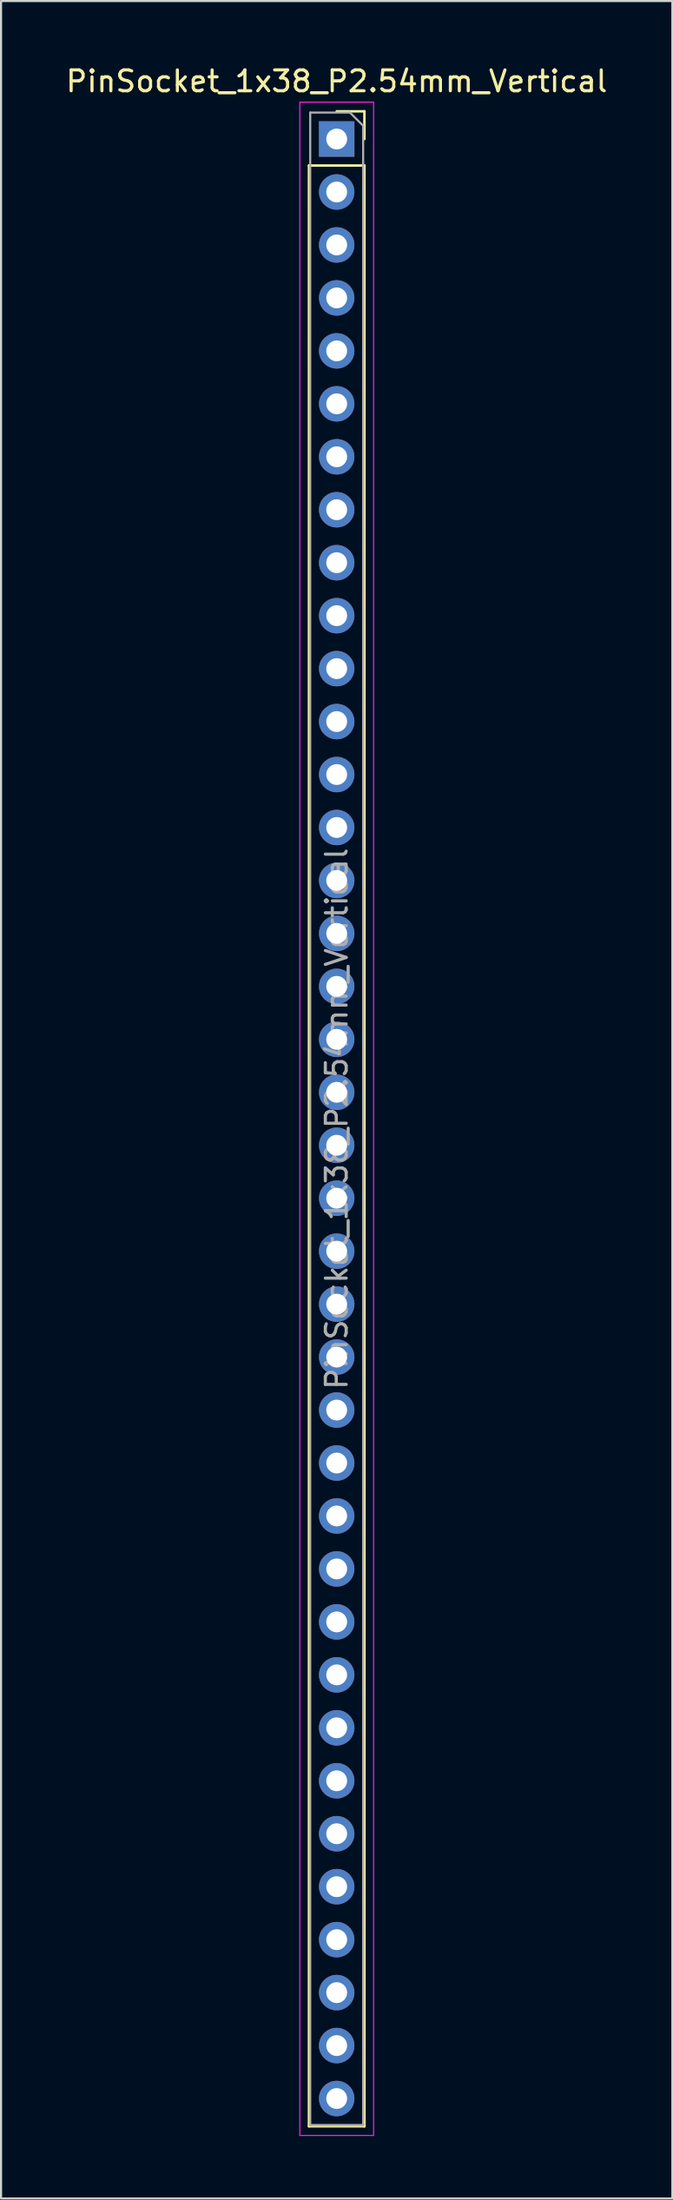
<source format=kicad_pcb>
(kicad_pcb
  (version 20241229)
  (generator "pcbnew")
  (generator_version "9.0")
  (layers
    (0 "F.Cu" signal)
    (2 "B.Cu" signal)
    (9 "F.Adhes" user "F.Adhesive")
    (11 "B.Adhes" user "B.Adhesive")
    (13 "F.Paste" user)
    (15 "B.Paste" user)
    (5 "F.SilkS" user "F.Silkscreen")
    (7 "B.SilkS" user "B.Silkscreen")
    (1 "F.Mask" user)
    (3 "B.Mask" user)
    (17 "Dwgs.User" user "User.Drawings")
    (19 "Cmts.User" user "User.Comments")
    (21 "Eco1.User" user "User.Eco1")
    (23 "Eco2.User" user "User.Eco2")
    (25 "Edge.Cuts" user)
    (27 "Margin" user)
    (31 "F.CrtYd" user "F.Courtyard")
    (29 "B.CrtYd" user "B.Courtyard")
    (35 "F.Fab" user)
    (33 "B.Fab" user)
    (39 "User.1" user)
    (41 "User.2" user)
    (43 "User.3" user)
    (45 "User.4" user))
  (footprint "PinSocket_1x38_P2.54mm_Vertical"
    (layer "F.Cu")
    (at 13.101 3.618)
    (property "Reference" "PinSocket_1x38_P2.54mm_Vertical" (at 0 -2.77 0) (layer "F.SilkS") (effects (font (size 1 1) (thickness 0.15))))
    (attr through_hole)
    (fp_line (start -1.33 1.27) (end -1.33 95.31) (stroke (width 0.12) (type solid)) (layer "F.SilkS"))
    (fp_line (start -1.33 1.27) (end 1.33 1.27) (stroke (width 0.12) (type solid)) (layer "F.SilkS"))
    (fp_line (start -1.33 95.31) (end 1.33 95.31) (stroke (width 0.12) (type solid)) (layer "F.SilkS"))
    (fp_line (start 0 -1.33) (end 1.33 -1.33) (stroke (width 0.12) (type solid)) (layer "F.SilkS"))
    (fp_line (start 1.33 -1.33) (end 1.33 0) (stroke (width 0.12) (type solid)) (layer "F.SilkS"))
    (fp_line (start 1.33 1.27) (end 1.33 95.31) (stroke (width 0.12) (type solid)) (layer "F.SilkS"))
    (fp_line (start -1.77 -1.77) (end 1.77 -1.77) (stroke (width 0.05) (type solid)) (layer "F.CrtYd"))
    (fp_line (start -1.77 95.75) (end -1.77 -1.77) (stroke (width 0.05) (type solid)) (layer "F.CrtYd"))
    (fp_line (start 1.77 -1.77) (end 1.77 95.75) (stroke (width 0.05) (type solid)) (layer "F.CrtYd"))
    (fp_line (start 1.77 95.75) (end -1.77 95.75) (stroke (width 0.05) (type solid)) (layer "F.CrtYd"))
    (fp_line (start -1.27 -1.27) (end 0.635 -1.27) (stroke (width 0.1) (type solid)) (layer "F.Fab"))
    (fp_line (start -1.27 95.25) (end -1.27 -1.27) (stroke (width 0.1) (type solid)) (layer "F.Fab"))
    (fp_line (start 0.635 -1.27) (end 1.27 -0.635) (stroke (width 0.1) (type solid)) (layer "F.Fab"))
    (fp_line (start 1.27 -0.635) (end 1.27 95.25) (stroke (width 0.1) (type solid)) (layer "F.Fab"))
    (fp_line (start 1.27 95.25) (end -1.27 95.25) (stroke (width 0.1) (type solid)) (layer "F.Fab"))
    (fp_text user "${REFERENCE}" (at 0 46.99 90) (layer "F.Fab") (effects (font (size 1 1) (thickness 0.15))))
    (pad "1" thru_hole rect (at 0 0) (size 1.7 1.7) (drill 1) (layers "*.Cu" "*.Mask"))
    (pad "2" thru_hole circle (at 0 2.54) (size 1.7 1.7) (drill 1) (layers "*.Cu" "*.Mask"))
    (pad "3" thru_hole circle (at 0 5.08) (size 1.7 1.7) (drill 1) (layers "*.Cu" "*.Mask"))
    (pad "4" thru_hole circle (at 0 7.62) (size 1.7 1.7) (drill 1) (layers "*.Cu" "*.Mask"))
    (pad "5" thru_hole circle (at 0 10.16) (size 1.7 1.7) (drill 1) (layers "*.Cu" "*.Mask"))
    (pad "6" thru_hole circle (at 0 12.7) (size 1.7 1.7) (drill 1) (layers "*.Cu" "*.Mask"))
    (pad "7" thru_hole circle (at 0 15.24) (size 1.7 1.7) (drill 1) (layers "*.Cu" "*.Mask"))
    (pad "8" thru_hole circle (at 0 17.78) (size 1.7 1.7) (drill 1) (layers "*.Cu" "*.Mask"))
    (pad "9" thru_hole circle (at 0 20.32) (size 1.7 1.7) (drill 1) (layers "*.Cu" "*.Mask"))
    (pad "10" thru_hole circle (at 0 22.86) (size 1.7 1.7) (drill 1) (layers "*.Cu" "*.Mask"))
    (pad "11" thru_hole circle (at 0 25.4) (size 1.7 1.7) (drill 1) (layers "*.Cu" "*.Mask"))
    (pad "12" thru_hole circle (at 0 27.94) (size 1.7 1.7) (drill 1) (layers "*.Cu" "*.Mask"))
    (pad "13" thru_hole circle (at 0 30.48) (size 1.7 1.7) (drill 1) (layers "*.Cu" "*.Mask"))
    (pad "14" thru_hole circle (at 0 33.02) (size 1.7 1.7) (drill 1) (layers "*.Cu" "*.Mask"))
    (pad "15" thru_hole circle (at 0 35.56) (size 1.7 1.7) (drill 1) (layers "*.Cu" "*.Mask"))
    (pad "16" thru_hole circle (at 0 38.1) (size 1.7 1.7) (drill 1) (layers "*.Cu" "*.Mask"))
    (pad "17" thru_hole circle (at 0 40.64) (size 1.7 1.7) (drill 1) (layers "*.Cu" "*.Mask"))
    (pad "18" thru_hole circle (at 0 43.18) (size 1.7 1.7) (drill 1) (layers "*.Cu" "*.Mask"))
    (pad "19" thru_hole circle (at 0 45.72) (size 1.7 1.7) (drill 1) (layers "*.Cu" "*.Mask"))
    (pad "20" thru_hole circle (at 0 48.26) (size 1.7 1.7) (drill 1) (layers "*.Cu" "*.Mask"))
    (pad "21" thru_hole circle (at 0 50.8) (size 1.7 1.7) (drill 1) (layers "*.Cu" "*.Mask"))
    (pad "22" thru_hole circle (at 0 53.34) (size 1.7 1.7) (drill 1) (layers "*.Cu" "*.Mask"))
    (pad "23" thru_hole circle (at 0 55.88) (size 1.7 1.7) (drill 1) (layers "*.Cu" "*.Mask"))
    (pad "24" thru_hole circle (at 0 58.42) (size 1.7 1.7) (drill 1) (layers "*.Cu" "*.Mask"))
    (pad "25" thru_hole circle (at 0 60.96) (size 1.7 1.7) (drill 1) (layers "*.Cu" "*.Mask"))
    (pad "26" thru_hole circle (at 0 63.5) (size 1.7 1.7) (drill 1) (layers "*.Cu" "*.Mask"))
    (pad "27" thru_hole circle (at 0 66.04) (size 1.7 1.7) (drill 1) (layers "*.Cu" "*.Mask"))
    (pad "28" thru_hole circle (at 0 68.58) (size 1.7 1.7) (drill 1) (layers "*.Cu" "*.Mask"))
    (pad "29" thru_hole circle (at 0 71.12) (size 1.7 1.7) (drill 1) (layers "*.Cu" "*.Mask"))
    (pad "30" thru_hole circle (at 0 73.66) (size 1.7 1.7) (drill 1) (layers "*.Cu" "*.Mask"))
    (pad "31" thru_hole circle (at 0 76.2) (size 1.7 1.7) (drill 1) (layers "*.Cu" "*.Mask"))
    (pad "32" thru_hole circle (at 0 78.74) (size 1.7 1.7) (drill 1) (layers "*.Cu" "*.Mask"))
    (pad "33" thru_hole circle (at 0 81.28) (size 1.7 1.7) (drill 1) (layers "*.Cu" "*.Mask"))
    (pad "34" thru_hole circle (at 0 83.82) (size 1.7 1.7) (drill 1) (layers "*.Cu" "*.Mask"))
    (pad "35" thru_hole circle (at 0 86.36) (size 1.7 1.7) (drill 1) (layers "*.Cu" "*.Mask"))
    (pad "36" thru_hole circle (at 0 88.9) (size 1.7 1.7) (drill 1) (layers "*.Cu" "*.Mask"))
    (pad "37" thru_hole circle (at 0 91.44) (size 1.7 1.7) (drill 1) (layers "*.Cu" "*.Mask"))
    (pad "38" thru_hole circle (at 0 93.98) (size 1.7 1.7) (drill 1) (layers "*.Cu" "*.Mask")))
  (gr_rect
    (start -3 -3)
    (end 29.202 102.393)
    (stroke (width 0.1) (type default))
    (fill no)
    (layer "Edge.Cuts")))
</source>
